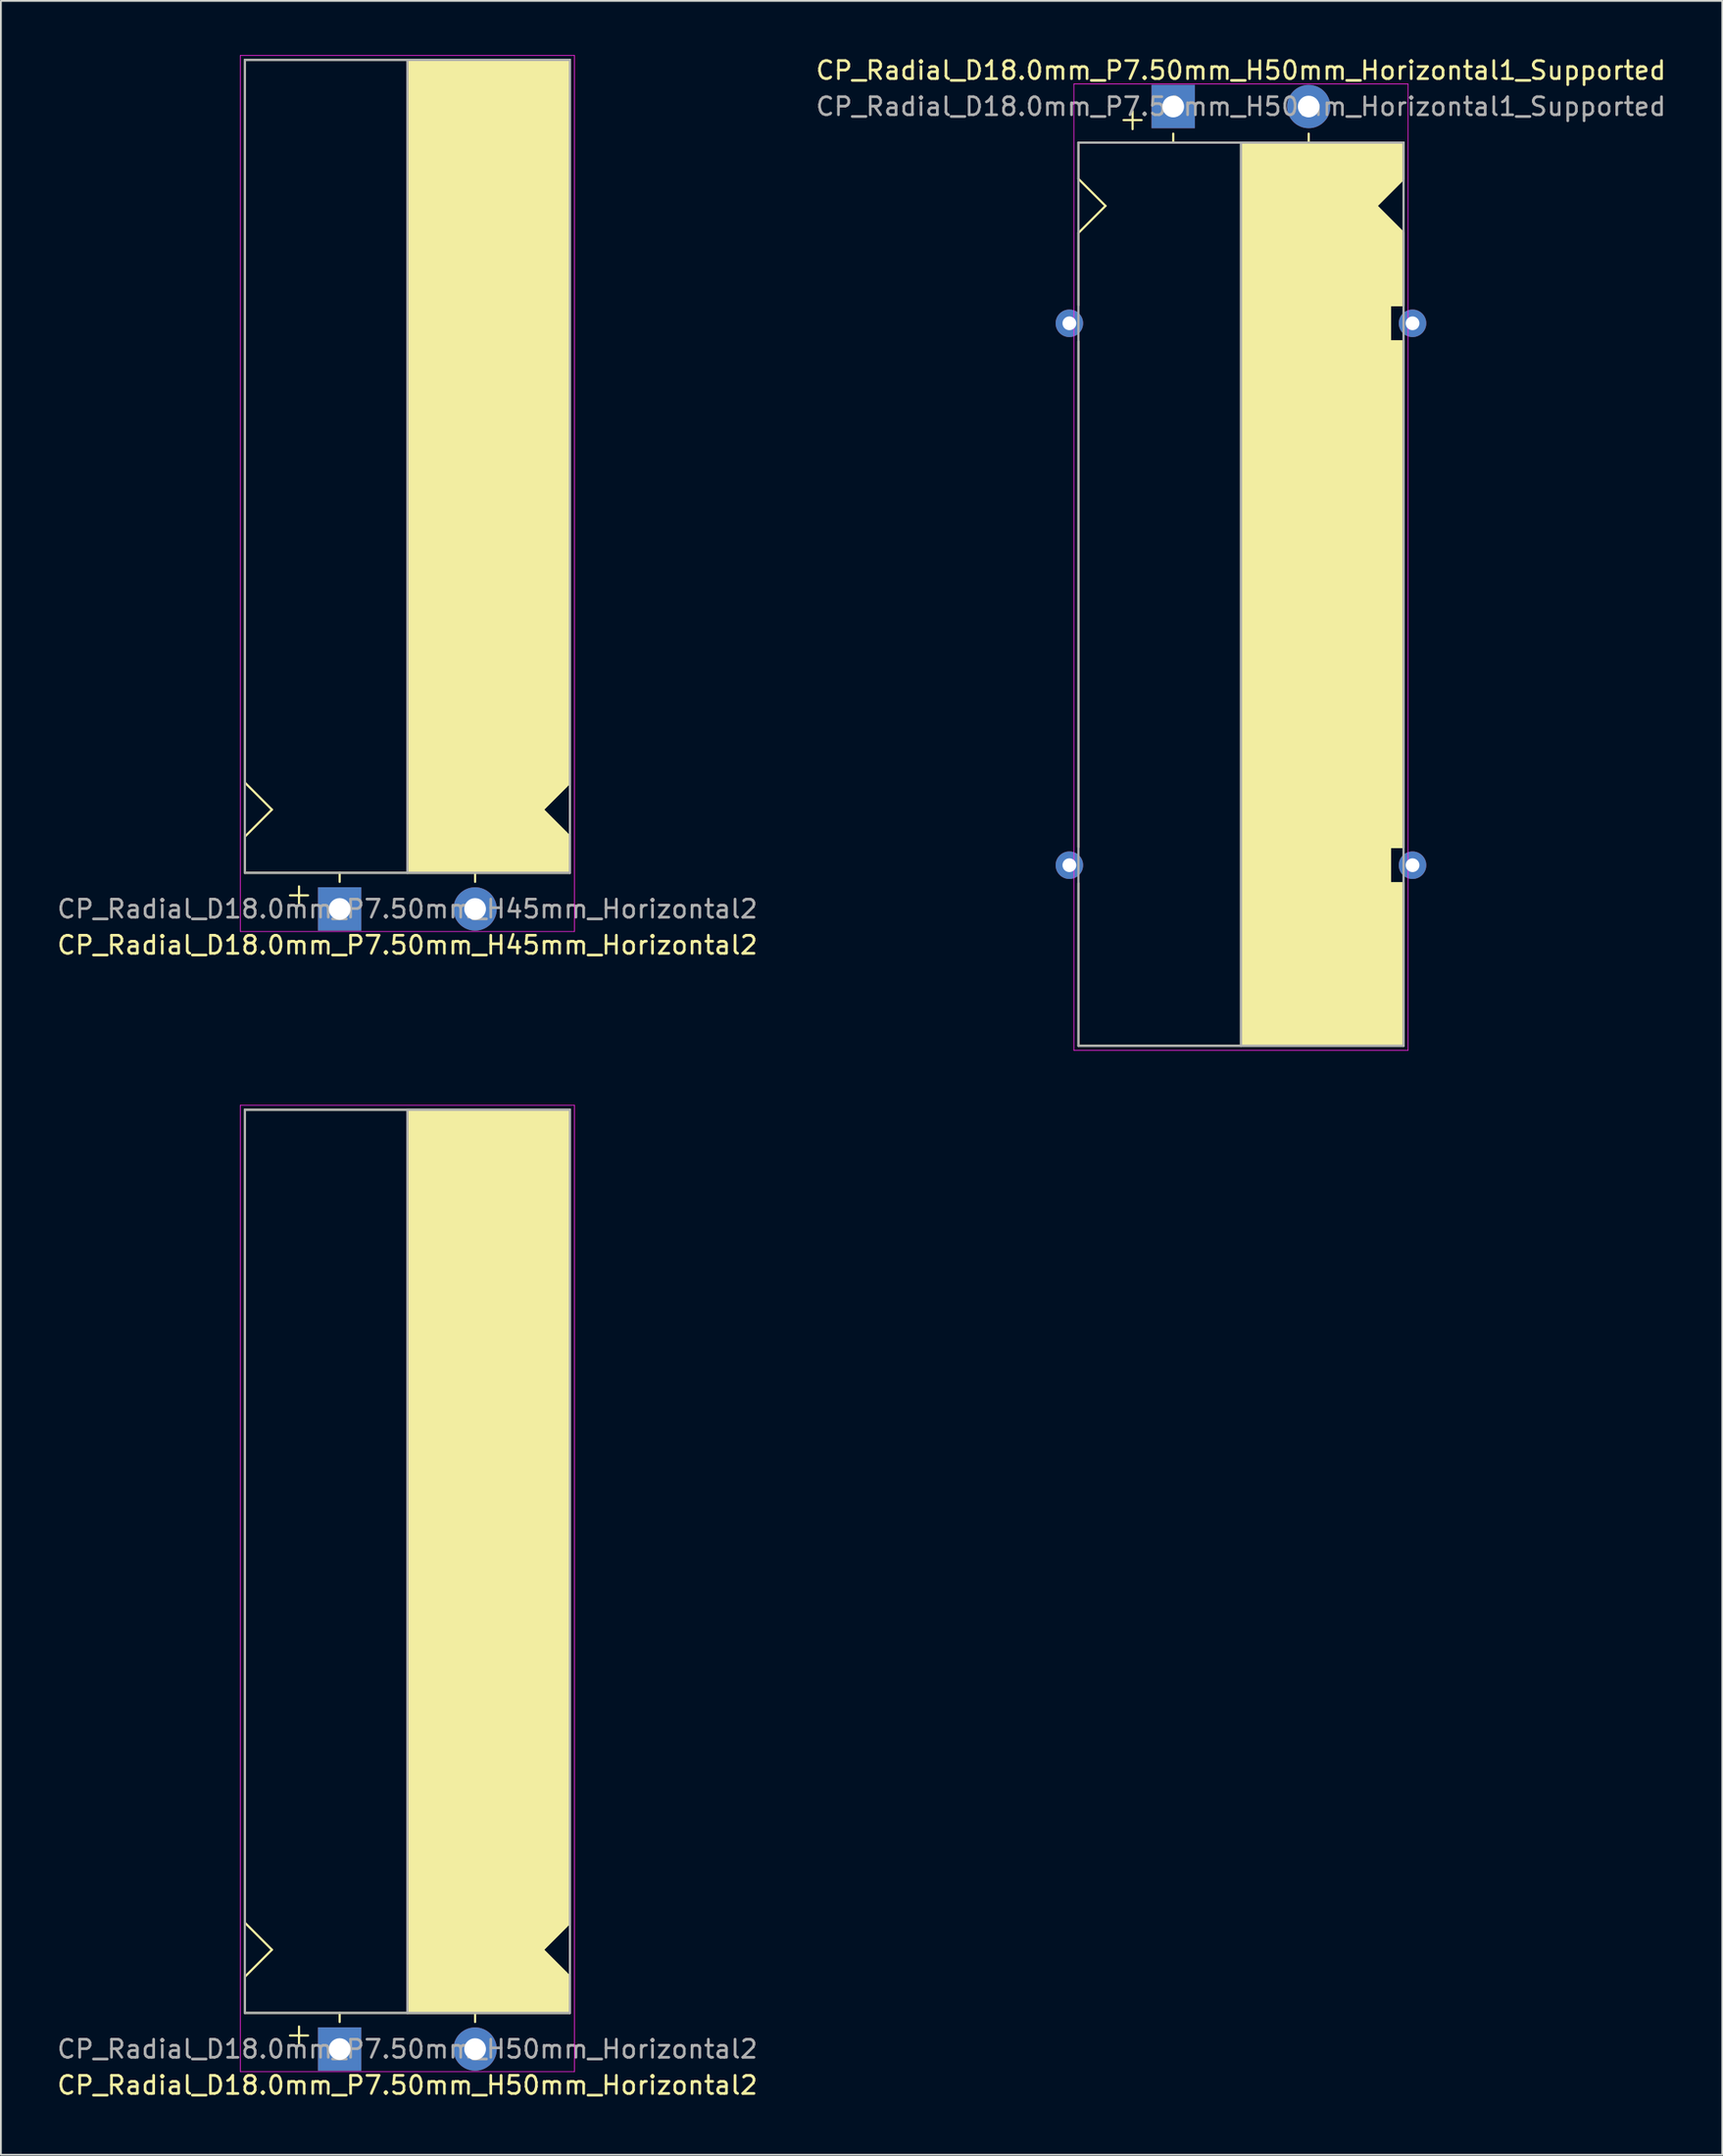
<source format=kicad_pcb>
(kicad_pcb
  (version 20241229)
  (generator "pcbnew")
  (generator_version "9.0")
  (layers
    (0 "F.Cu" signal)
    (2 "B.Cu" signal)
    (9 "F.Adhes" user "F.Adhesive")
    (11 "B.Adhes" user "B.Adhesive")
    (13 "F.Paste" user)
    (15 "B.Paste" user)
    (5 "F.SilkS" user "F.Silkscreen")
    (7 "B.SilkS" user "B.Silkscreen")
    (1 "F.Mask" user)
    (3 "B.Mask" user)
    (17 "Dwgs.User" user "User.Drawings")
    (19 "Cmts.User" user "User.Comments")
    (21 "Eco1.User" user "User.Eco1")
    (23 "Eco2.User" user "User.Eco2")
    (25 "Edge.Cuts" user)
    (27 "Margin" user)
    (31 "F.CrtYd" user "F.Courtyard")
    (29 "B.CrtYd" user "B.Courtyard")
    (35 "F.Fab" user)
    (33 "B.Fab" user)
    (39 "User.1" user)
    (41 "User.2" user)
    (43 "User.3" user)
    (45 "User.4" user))
  (footprint "CP_Radial_D18.0mm_P7.50mm_H50mm_Horizontal2"
    (layer "F.Cu")
    (at 15.756 110.388)
    (property "Reference" "CP_Radial_D18.0mm_P7.50mm_H50mm_Horizontal2" (at 3.75 2 0) (layer "F.SilkS") (effects (font (size 1 1) (thickness 0.15))))
    (attr through_hole)
    (fp_line (start -5.25 -52) (end 12.75 -52) (stroke (width 0.12) (type solid)) (layer "F.SilkS"))
    (fp_line (start -5.25 -7) (end -5.25 -52) (stroke (width 0.12) (type solid)) (layer "F.SilkS"))
    (fp_line (start -5.25 -7) (end -3.75 -5.5) (stroke (width 0.12) (type solid)) (layer "F.SilkS"))
    (fp_line (start -5.25 -4) (end -3.75 -5.5) (stroke (width 0.12) (type solid)) (layer "F.SilkS"))
    (fp_line (start -5.25 -2) (end -5.25 -4) (stroke (width 0.12) (type solid)) (layer "F.SilkS"))
    (fp_line (start -5.25 -2) (end 12.75 -2) (stroke (width 0.12) (type solid)) (layer "F.SilkS"))
    (fp_line (start -2.25 -1.25) (end -2.25 -0.25) (stroke (width 0.12) (type solid)) (layer "F.SilkS"))
    (fp_line (start -1.75 -0.75) (end -2.75 -0.75) (stroke (width 0.12) (type solid)) (layer "F.SilkS"))
    (fp_line (start 0 -1.5) (end 0 -2) (stroke (width 0.12) (type solid)) (layer "F.SilkS"))
    (fp_line (start 3.75 -2) (end 3.75 -52) (stroke (width 0.12) (type solid)) (layer "F.SilkS"))
    (fp_line (start 7.5 -1.5) (end 7.5 -2) (stroke (width 0.12) (type solid)) (layer "F.SilkS"))
    (fp_line (start 12.75 -52) (end 12.75 -7) (stroke (width 0.12) (type solid)) (layer "F.SilkS"))
    (fp_line (start 12.75 -7) (end 11.25 -5.5) (stroke (width 0.12) (type solid)) (layer "F.SilkS"))
    (fp_line (start 12.75 -4) (end 11.25 -5.5) (stroke (width 0.12) (type solid)) (layer "F.SilkS"))
    (fp_line (start 12.75 -2) (end 12.75 -4) (stroke (width 0.12) (type solid)) (layer "F.SilkS"))
    (fp_poly (pts (xy 12.75 -4) (xy 11.25 -5.5) (xy 12.75 -7) (xy 12.75 -52) (xy 3.75 -52) (xy 3.75 -2) (xy 12.75 -2)) (stroke (width 0.1) (type solid)) (fill yes) (layer "F.SilkS"))
    (fp_line (start -5.5 -52.25) (end 13 -52.25) (stroke (width 0.04) (type solid)) (layer "F.CrtYd"))
    (fp_line (start -5.5 1.25) (end -5.5 -52.25) (stroke (width 0.04) (type solid)) (layer "F.CrtYd"))
    (fp_line (start 13 -52.25) (end 13 1.25) (stroke (width 0.04) (type solid)) (layer "F.CrtYd"))
    (fp_line (start 13 1.25) (end -5.5 1.25) (stroke (width 0.04) (type solid)) (layer "F.CrtYd"))
    (fp_line (start -5.25 -52) (end 12.75 -52) (stroke (width 0.12) (type solid)) (layer "F.Fab"))
    (fp_line (start -5.25 -2) (end -5.25 -52) (stroke (width 0.12) (type solid)) (layer "F.Fab"))
    (fp_line (start 3.75 -2) (end 3.75 -52) (stroke (width 0.12) (type solid)) (layer "F.Fab"))
    (fp_line (start 12.75 -52) (end 12.75 -2) (stroke (width 0.12) (type solid)) (layer "F.Fab"))
    (fp_line (start 12.75 -2) (end -5.25 -2) (stroke (width 0.12) (type solid)) (layer "F.Fab"))
    (fp_poly (pts (xy 12.75 -52) (xy 3.75 -52) (xy 3.75 -2) (xy 12.75 -2)) (stroke (width 0.1) (type solid)) (fill no) (layer "F.Fab"))
    (fp_text user "${REFERENCE}" (at 3.75 0 0) (layer "F.Fab") (effects (font (size 1 1) (thickness 0.15))))
    (pad "1" thru_hole rect (at 0 0) (size 2.4 2.4) (drill 1.2) (layers "*.Cu" "*.Mask"))
    (pad "2" thru_hole circle (at 7.5 0) (size 2.4 2.4) (drill 1.2) (layers "*.Cu" "*.Mask")))
  (footprint "CP_Radial_D18.0mm_P7.50mm_H50mm_Horizontal1_Supported"
    (layer "F.Cu")
    (at 61.911 2.848)
    (property "Reference" "CP_Radial_D18.0mm_P7.50mm_H50mm_Horizontal1_Supported" (at 3.75 -2 0) (layer "F.SilkS") (effects (font (size 1 1) (thickness 0.15))))
    (attr through_hole)
    (fp_line (start -5.25 2) (end -5.25 4) (stroke (width 0.12) (type solid)) (layer "F.SilkS"))
    (fp_line (start -5.25 2) (end 12.75 2) (stroke (width 0.12) (type solid)) (layer "F.SilkS"))
    (fp_line (start -5.25 4) (end -3.75 5.5) (stroke (width 0.12) (type solid)) (layer "F.SilkS"))
    (fp_line (start -5.25 7) (end -3.75 5.5) (stroke (width 0.12) (type solid)) (layer "F.SilkS"))
    (fp_line (start -5.25 11) (end -5.25 7) (stroke (width 0.12) (type solid)) (layer "F.SilkS"))
    (fp_line (start -5.25 13) (end -5.25 41) (stroke (width 0.12) (type solid)) (layer "F.SilkS"))
    (fp_line (start -5.25 43) (end -5.25 52) (stroke (width 0.12) (type solid)) (layer "F.SilkS"))
    (fp_line (start -5.25 52) (end 12.75 52) (stroke (width 0.12) (type solid)) (layer "F.SilkS"))
    (fp_line (start -2.25 0.25) (end -2.25 1.25) (stroke (width 0.12) (type solid)) (layer "F.SilkS"))
    (fp_line (start -1.75 0.75) (end -2.75 0.75) (stroke (width 0.12) (type solid)) (layer "F.SilkS"))
    (fp_line (start 0 1.5) (end 0 2) (stroke (width 0.12) (type solid)) (layer "F.SilkS"))
    (fp_line (start 3.75 2) (end 3.75 52) (stroke (width 0.12) (type solid)) (layer "F.SilkS"))
    (fp_line (start 7.5 1.5) (end 7.5 2) (stroke (width 0.12) (type solid)) (layer "F.SilkS"))
    (fp_line (start 12 11) (end 12 13) (stroke (width 0.12) (type solid)) (layer "F.SilkS"))
    (fp_line (start 12 13) (end 12.75 13) (stroke (width 0.12) (type solid)) (layer "F.SilkS"))
    (fp_line (start 12 41) (end 12 43) (stroke (width 0.12) (type solid)) (layer "F.SilkS"))
    (fp_line (start 12 43) (end 12.75 43) (stroke (width 0.12) (type solid)) (layer "F.SilkS"))
    (fp_line (start 12.25 11) (end 12 11) (stroke (width 0.12) (type solid)) (layer "F.SilkS"))
    (fp_line (start 12.75 2) (end 12.75 4) (stroke (width 0.12) (type solid)) (layer "F.SilkS"))
    (fp_line (start 12.75 4) (end 11.25 5.5) (stroke (width 0.12) (type solid)) (layer "F.SilkS"))
    (fp_line (start 12.75 7) (end 11.25 5.5) (stroke (width 0.12) (type solid)) (layer "F.SilkS"))
    (fp_line (start 12.75 11) (end 12.25 11) (stroke (width 0.12) (type solid)) (layer "F.SilkS"))
    (fp_line (start 12.75 11) (end 12.75 7) (stroke (width 0.12) (type solid)) (layer "F.SilkS"))
    (fp_line (start 12.75 13) (end 12.75 41) (stroke (width 0.12) (type solid)) (layer "F.SilkS"))
    (fp_line (start 12.75 41) (end 12 41) (stroke (width 0.12) (type solid)) (layer "F.SilkS"))
    (fp_line (start 12.75 43) (end 12.75 52) (stroke (width 0.12) (type solid)) (layer "F.SilkS"))
    (fp_poly (pts (xy 12.75 4) (xy 11.25 5.5) (xy 12.75 7) (xy 12.75 11) (xy 12 11) (xy 12 13) (xy 12.75 13) (xy 12.75 41) (xy 12 41) (xy 12 43) (xy 12.75 43) (xy 12.75 52) (xy 3.75 52) (xy 3.75 2) (xy 12.75 2)) (stroke (width 0.1) (type solid)) (fill yes) (layer "F.SilkS"))
    (fp_line (start -5.5 -1.25) (end -5.5 52.25) (stroke (width 0.04) (type solid)) (layer "F.CrtYd"))
    (fp_line (start -5.5 52.25) (end 13 52.25) (stroke (width 0.04) (type solid)) (layer "F.CrtYd"))
    (fp_line (start 13 -1.25) (end -5.5 -1.25) (stroke (width 0.04) (type solid)) (layer "F.CrtYd"))
    (fp_line (start 13 52.25) (end 13 -1.25) (stroke (width 0.04) (type solid)) (layer "F.CrtYd"))
    (fp_line (start -5.25 2) (end -5.25 52) (stroke (width 0.12) (type solid)) (layer "F.Fab"))
    (fp_line (start -5.25 52) (end 12.75 52) (stroke (width 0.12) (type solid)) (layer "F.Fab"))
    (fp_line (start 3.75 2) (end 3.75 52) (stroke (width 0.12) (type solid)) (layer "F.Fab"))
    (fp_line (start 12.75 2) (end -5.25 2) (stroke (width 0.12) (type solid)) (layer "F.Fab"))
    (fp_line (start 12.75 52) (end 12.75 2) (stroke (width 0.12) (type solid)) (layer "F.Fab"))
    (fp_poly (pts (xy 12.75 52) (xy 3.75 52) (xy 3.75 2) (xy 12.75 2)) (stroke (width 0.1) (type solid)) (fill no) (layer "F.Fab"))
    (fp_text user "${REFERENCE}" (at 3.75 0 0) (layer "F.Fab") (effects (font (size 1 1) (thickness 0.15))))
    (pad "" thru_hole circle (at -5.75 12) (size 1.524 1.524) (drill 0.762) (layers "*.Cu" "*.Mask"))
    (pad "" thru_hole circle (at -5.75 42) (size 1.524 1.524) (drill 0.762) (layers "*.Cu" "*.Mask"))
    (pad "" thru_hole circle (at 13.25 12) (size 1.524 1.524) (drill 0.762) (layers "*.Cu" "*.Mask"))
    (pad "" thru_hole circle (at 13.25 42) (size 1.524 1.524) (drill 0.762) (layers "*.Cu" "*.Mask"))
    (pad "1" thru_hole rect (at 0 0) (size 2.4 2.4) (drill 1.2) (layers "*.Cu" "*.Mask"))
    (pad "2" thru_hole circle (at 7.5 0) (size 2.4 2.4) (drill 1.2) (layers "*.Cu" "*.Mask")))
  (footprint "CP_Radial_D18.0mm_P7.50mm_H45mm_Horizontal2"
    (layer "F.Cu")
    (at 15.756 47.27)
    (property "Reference" "CP_Radial_D18.0mm_P7.50mm_H45mm_Horizontal2" (at 3.75 2 0) (layer "F.SilkS") (effects (font (size 1 1) (thickness 0.15))))
    (attr through_hole)
    (fp_line (start -5.25 -47) (end 12.75 -47) (stroke (width 0.12) (type solid)) (layer "F.SilkS"))
    (fp_line (start -5.25 -7) (end -5.25 -47) (stroke (width 0.12) (type solid)) (layer "F.SilkS"))
    (fp_line (start -5.25 -7) (end -3.75 -5.5) (stroke (width 0.12) (type solid)) (layer "F.SilkS"))
    (fp_line (start -5.25 -4) (end -3.75 -5.5) (stroke (width 0.12) (type solid)) (layer "F.SilkS"))
    (fp_line (start -5.25 -2) (end -5.25 -4) (stroke (width 0.12) (type solid)) (layer "F.SilkS"))
    (fp_line (start -5.25 -2) (end 12.75 -2) (stroke (width 0.12) (type solid)) (layer "F.SilkS"))
    (fp_line (start -2.25 -1.25) (end -2.25 -0.25) (stroke (width 0.12) (type solid)) (layer "F.SilkS"))
    (fp_line (start -1.75 -0.75) (end -2.75 -0.75) (stroke (width 0.12) (type solid)) (layer "F.SilkS"))
    (fp_line (start 0 -1.5) (end 0 -2) (stroke (width 0.12) (type solid)) (layer "F.SilkS"))
    (fp_line (start 3.75 -2) (end 3.75 -47) (stroke (width 0.12) (type solid)) (layer "F.SilkS"))
    (fp_line (start 7.5 -1.5) (end 7.5 -2) (stroke (width 0.12) (type solid)) (layer "F.SilkS"))
    (fp_line (start 12.75 -47) (end 12.75 -7) (stroke (width 0.12) (type solid)) (layer "F.SilkS"))
    (fp_line (start 12.75 -7) (end 11.25 -5.5) (stroke (width 0.12) (type solid)) (layer "F.SilkS"))
    (fp_line (start 12.75 -4) (end 11.25 -5.5) (stroke (width 0.12) (type solid)) (layer "F.SilkS"))
    (fp_line (start 12.75 -2) (end 12.75 -4) (stroke (width 0.12) (type solid)) (layer "F.SilkS"))
    (fp_poly (pts (xy 12.75 -4) (xy 11.25 -5.5) (xy 12.75 -7) (xy 12.75 -47) (xy 3.75 -47) (xy 3.75 -2) (xy 12.75 -2)) (stroke (width 0.1) (type solid)) (fill yes) (layer "F.SilkS"))
    (fp_line (start -5.5 -47.25) (end 13 -47.25) (stroke (width 0.04) (type solid)) (layer "F.CrtYd"))
    (fp_line (start -5.5 1.25) (end -5.5 -47.25) (stroke (width 0.04) (type solid)) (layer "F.CrtYd"))
    (fp_line (start 13 -47.25) (end 13 1.25) (stroke (width 0.04) (type solid)) (layer "F.CrtYd"))
    (fp_line (start 13 1.25) (end -5.5 1.25) (stroke (width 0.04) (type solid)) (layer "F.CrtYd"))
    (fp_line (start -5.25 -47) (end 12.75 -47) (stroke (width 0.12) (type solid)) (layer "F.Fab"))
    (fp_line (start -5.25 -2) (end -5.25 -47) (stroke (width 0.12) (type solid)) (layer "F.Fab"))
    (fp_line (start 3.75 -2) (end 3.75 -47) (stroke (width 0.12) (type solid)) (layer "F.Fab"))
    (fp_line (start 12.75 -47) (end 12.75 -2) (stroke (width 0.12) (type solid)) (layer "F.Fab"))
    (fp_line (start 12.75 -2) (end -5.25 -2) (stroke (width 0.12) (type solid)) (layer "F.Fab"))
    (fp_poly (pts (xy 12.75 -47) (xy 3.75 -47) (xy 3.75 -2) (xy 12.75 -2)) (stroke (width 0.1) (type solid)) (fill no) (layer "F.Fab"))
    (fp_text user "${REFERENCE}" (at 3.75 0 0) (layer "F.Fab") (effects (font (size 1 1) (thickness 0.15))))
    (pad "1" thru_hole rect (at 0 0) (size 2.4 2.4) (drill 1.2) (layers "*.Cu" "*.Mask"))
    (pad "2" thru_hole circle (at 7.5 0) (size 2.4 2.4) (drill 1.2) (layers "*.Cu" "*.Mask")))
  (gr_rect
    (start -3 -3)
    (end 92.31 116.237)
    (stroke (width 0.1) (type default))
    (fill no)
    (layer "Edge.Cuts")))
</source>
